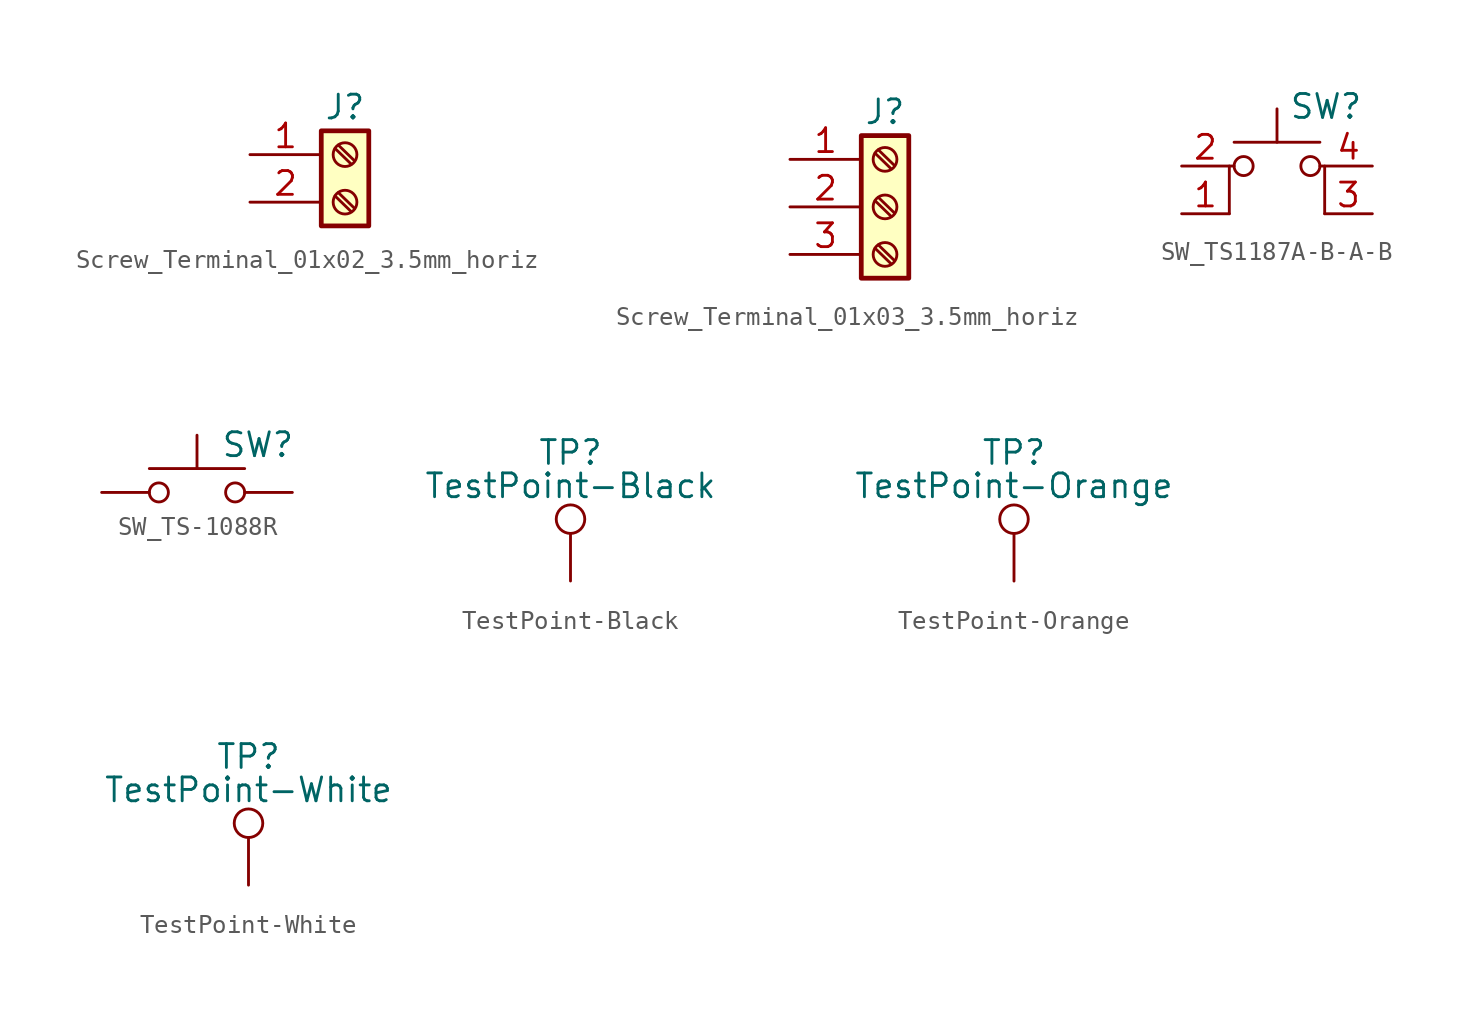
<source format=kicad_sym>
(kicad_symbol_lib
  (version 20211014)
  (generator kicad_symbol_editor)
  (symbol "Screw_Terminal_01x02_3.5mm_horiz"
    (pin_names
      (offset 1.016) hide)
    (property "Reference" "J"
      (at 0 2.54 0)
      (effects (font (size 1.27 1.27))))
    (symbol "Screw_Terminal_01x02_3.5mm_horiz_1_1"
      (rectangle (start -1.27 1.27) (end 1.27 -3.81) (stroke (width 0.254) (type default) (color 0 0 0 0)) (fill (type background)))
      (circle (center 0 -2.54) (radius 0.635) (stroke (width 0.152) (type default) (color 0 0 0 0)) (fill (type none)))
      (polyline (pts (xy -0.533 -2.21) (xy 0.33 -3.048)) (stroke (width 0.152) (type default) (color 0 0 0 0)) (fill (type none)))
      (polyline (pts (xy -0.533 0.33) (xy 0.33 -0.508)) (stroke (width 0.152) (type default) (color 0 0 0 0)) (fill (type none)))
      (polyline (pts (xy -0.356 -2.032) (xy 0.508 -2.87)) (stroke (width 0.152) (type default) (color 0 0 0 0)) (fill (type none)))
      (polyline (pts (xy -0.356 0.508) (xy 0.508 -0.33)) (stroke (width 0.152) (type default) (color 0 0 0 0)) (fill (type none)))
      (circle (center 0 0) (radius 0.635) (stroke (width 0.152) (type default) (color 0 0 0 0)) (fill (type none)))
      (pin passive line (at -5.08 0 0) (length 3.81) (name "Pin_1" (effects (font (size 1.27 1.27)))) (number "1" (effects (font (size 1.27 1.27)))))
      (pin passive line (at -5.08 -2.54 0) (length 3.81) (name "Pin_2" (effects (font (size 1.27 1.27)))) (number "2" (effects (font (size 1.27 1.27)))))))
  (symbol "Screw_Terminal_01x03_3.5mm_horiz"
    (pin_names
      (offset 1.016) hide)
    (property "Reference" "J"
      (at 0 5.08 0)
      (effects (font (size 1.27 1.27))))
    (symbol "Screw_Terminal_01x03_3.5mm_horiz_1_1"
      (rectangle (start -1.27 3.81) (end 1.27 -3.81) (stroke (width 0.254) (type default) (color 0 0 0 0)) (fill (type background)))
      (circle (center 0 -2.54) (radius 0.635) (stroke (width 0.152) (type default) (color 0 0 0 0)) (fill (type none)))
      (polyline (pts (xy -0.533 -2.21) (xy 0.33 -3.048)) (stroke (width 0.152) (type default) (color 0 0 0 0)) (fill (type none)))
      (polyline (pts (xy -0.533 0.33) (xy 0.33 -0.508)) (stroke (width 0.152) (type default) (color 0 0 0 0)) (fill (type none)))
      (polyline (pts (xy -0.533 2.87) (xy 0.33 2.032)) (stroke (width 0.152) (type default) (color 0 0 0 0)) (fill (type none)))
      (polyline (pts (xy -0.356 -2.032) (xy 0.508 -2.87)) (stroke (width 0.152) (type default) (color 0 0 0 0)) (fill (type none)))
      (polyline (pts (xy -0.356 0.508) (xy 0.508 -0.33)) (stroke (width 0.152) (type default) (color 0 0 0 0)) (fill (type none)))
      (polyline (pts (xy -0.356 3.048) (xy 0.508 2.21)) (stroke (width 0.152) (type default) (color 0 0 0 0)) (fill (type none)))
      (circle (center 0 0) (radius 0.635) (stroke (width 0.152) (type default) (color 0 0 0 0)) (fill (type none)))
      (circle (center 0 2.54) (radius 0.635) (stroke (width 0.152) (type default) (color 0 0 0 0)) (fill (type none)))
      (pin passive line (at -5.08 2.54 0) (length 3.81) (name "Pin_1" (effects (font (size 1.27 1.27)))) (number "1" (effects (font (size 1.27 1.27)))))
      (pin passive line (at -5.08 0 0) (length 3.81) (name "Pin_2" (effects (font (size 1.27 1.27)))) (number "2" (effects (font (size 1.27 1.27)))))
      (pin passive line (at -5.08 -2.54 0) (length 3.81) (name "Pin_3" (effects (font (size 1.27 1.27)))) (number "3" (effects (font (size 1.27 1.27)))))))
  (symbol "SW_TS1187A-B-A-B"
    (pin_names
      (offset 1.016) hide)
    (property "Reference" "SW"
      (at 0.635 5.715 0)
      (effects (font (size 1.27 1.27)) (justify left)))
    (symbol "SW_TS1187A-B-A-B_0_1"
      (circle (center -1.778 2.54) (radius 0.508) (stroke (width 0) (type default) (color 0 0 0 0)) (fill (type none)))
      (polyline (pts (xy -2.286 3.81) (xy 2.286 3.81)) (stroke (width 0) (type default) (color 0 0 0 0)) (fill (type none)))
      (polyline (pts (xy 0 3.81) (xy 0 5.588)) (stroke (width 0) (type default) (color 0 0 0 0)) (fill (type none)))
      (polyline (pts (xy -2.54 0) (xy -2.54 2.54) (xy -2.286 2.54)) (stroke (width 0) (type default) (color 0 0 0 0)) (fill (type none)))
      (polyline (pts (xy 2.54 0) (xy 2.54 2.54) (xy 2.286 2.54)) (stroke (width 0) (type default) (color 0 0 0 0)) (fill (type none)))
      (circle (center 1.778 2.54) (radius 0.508) (stroke (width 0) (type default) (color 0 0 0 0)) (fill (type none)))
      (pin passive line (at -5.08 0 0) (length 2.54) (name "1" (effects (font (size 1.27 1.27)))) (number "1" (effects (font (size 1.27 1.27)))))
      (pin passive line (at -5.08 2.54 0) (length 2.54) (name "2" (effects (font (size 1.27 1.27)))) (number "2" (effects (font (size 1.27 1.27)))))
      (pin passive line (at 5.08 0 180) (length 2.54) (name "K" (effects (font (size 1.27 1.27)))) (number "3" (effects (font (size 1.27 1.27)))))
      (pin passive line (at 5.08 2.54 180) (length 2.54) (name "A" (effects (font (size 1.27 1.27)))) (number "4" (effects (font (size 1.27 1.27)))))))
  (symbol "SW_TS-1088R"
    (pin_numbers hide)
    (pin_names
      (offset 1.016) hide)
    (property "Reference" "SW"
      (at 1.27 2.54 0)
      (effects (font (size 1.27 1.27)) (justify left)))
    (symbol "SW_TS-1088R_0_1"
      (circle (center -2.032 0) (radius 0.508) (stroke (width 0) (type default) (color 0 0 0 0)) (fill (type none)))
      (polyline (pts (xy 0 1.27) (xy 0 3.048)) (stroke (width 0) (type default) (color 0 0 0 0)) (fill (type none)))
      (polyline (pts (xy 2.54 1.27) (xy -2.54 1.27)) (stroke (width 0) (type default) (color 0 0 0 0)) (fill (type none)))
      (circle (center 2.032 0) (radius 0.508) (stroke (width 0) (type default) (color 0 0 0 0)) (fill (type none)))
      (pin passive line (at -5.08 0 0) (length 2.54) (name "1" (effects (font (size 1.27 1.27)))) (number "1" (effects (font (size 1.27 1.27)))))
      (pin passive line (at 5.08 0 180) (length 2.54) (name "2" (effects (font (size 1.27 1.27)))) (number "2" (effects (font (size 1.27 1.27)))))))
  (symbol "TestPoint-Black"
    (pin_numbers hide)
    (pin_names
      (offset 0.762) hide)
    (property "Reference" "TP"
      (at 0 6.858 0)
      (effects (font (size 1.27 1.27))))
    (property "Value" "TestPoint-Black"
      (at 0 5.08 0)
      (effects (font (size 1.27 1.27))))
    (symbol "TestPoint-Black_0_1"
      (circle (center 0 3.302) (radius 0.762) (stroke (width 0) (type default) (color 0 0 0 0)) (fill (type none))))
    (symbol "TestPoint-Black_1_1"
      (pin passive line (at 0 0 90) (length 2.54) (name "1" (effects (font (size 1.27 1.27)))) (number "1" (effects (font (size 1.27 1.27)))))))
  (symbol "TestPoint-Orange"
    (pin_numbers hide)
    (pin_names
      (offset 0.762) hide)
    (property "Reference" "TP"
      (at 0 6.858 0)
      (effects (font (size 1.27 1.27))))
    (property "Value" "TestPoint-Orange"
      (at 0 5.08 0)
      (effects (font (size 1.27 1.27))))
    (symbol "TestPoint-Orange_0_1"
      (circle (center 0 3.302) (radius 0.762) (stroke (width 0) (type default) (color 0 0 0 0)) (fill (type none))))
    (symbol "TestPoint-Orange_1_1"
      (pin passive line (at 0 0 90) (length 2.54) (name "1" (effects (font (size 1.27 1.27)))) (number "1" (effects (font (size 1.27 1.27)))))))
  (symbol "TestPoint-White"
    (pin_numbers hide)
    (pin_names
      (offset 0.762) hide)
    (property "Reference" "TP"
      (at 0 6.858 0)
      (effects (font (size 1.27 1.27))))
    (property "Value" "TestPoint-White"
      (at 0 5.08 0)
      (effects (font (size 1.27 1.27))))
    (symbol "TestPoint-White_0_1"
      (circle (center 0 3.302) (radius 0.762) (stroke (width 0) (type default) (color 0 0 0 0)) (fill (type none))))
    (symbol "TestPoint-White_1_1"
      (pin passive line (at 0 0 90) (length 2.54) (name "1" (effects (font (size 1.27 1.27)))) (number "1" (effects (font (size 1.27 1.27))))))))
</source>
